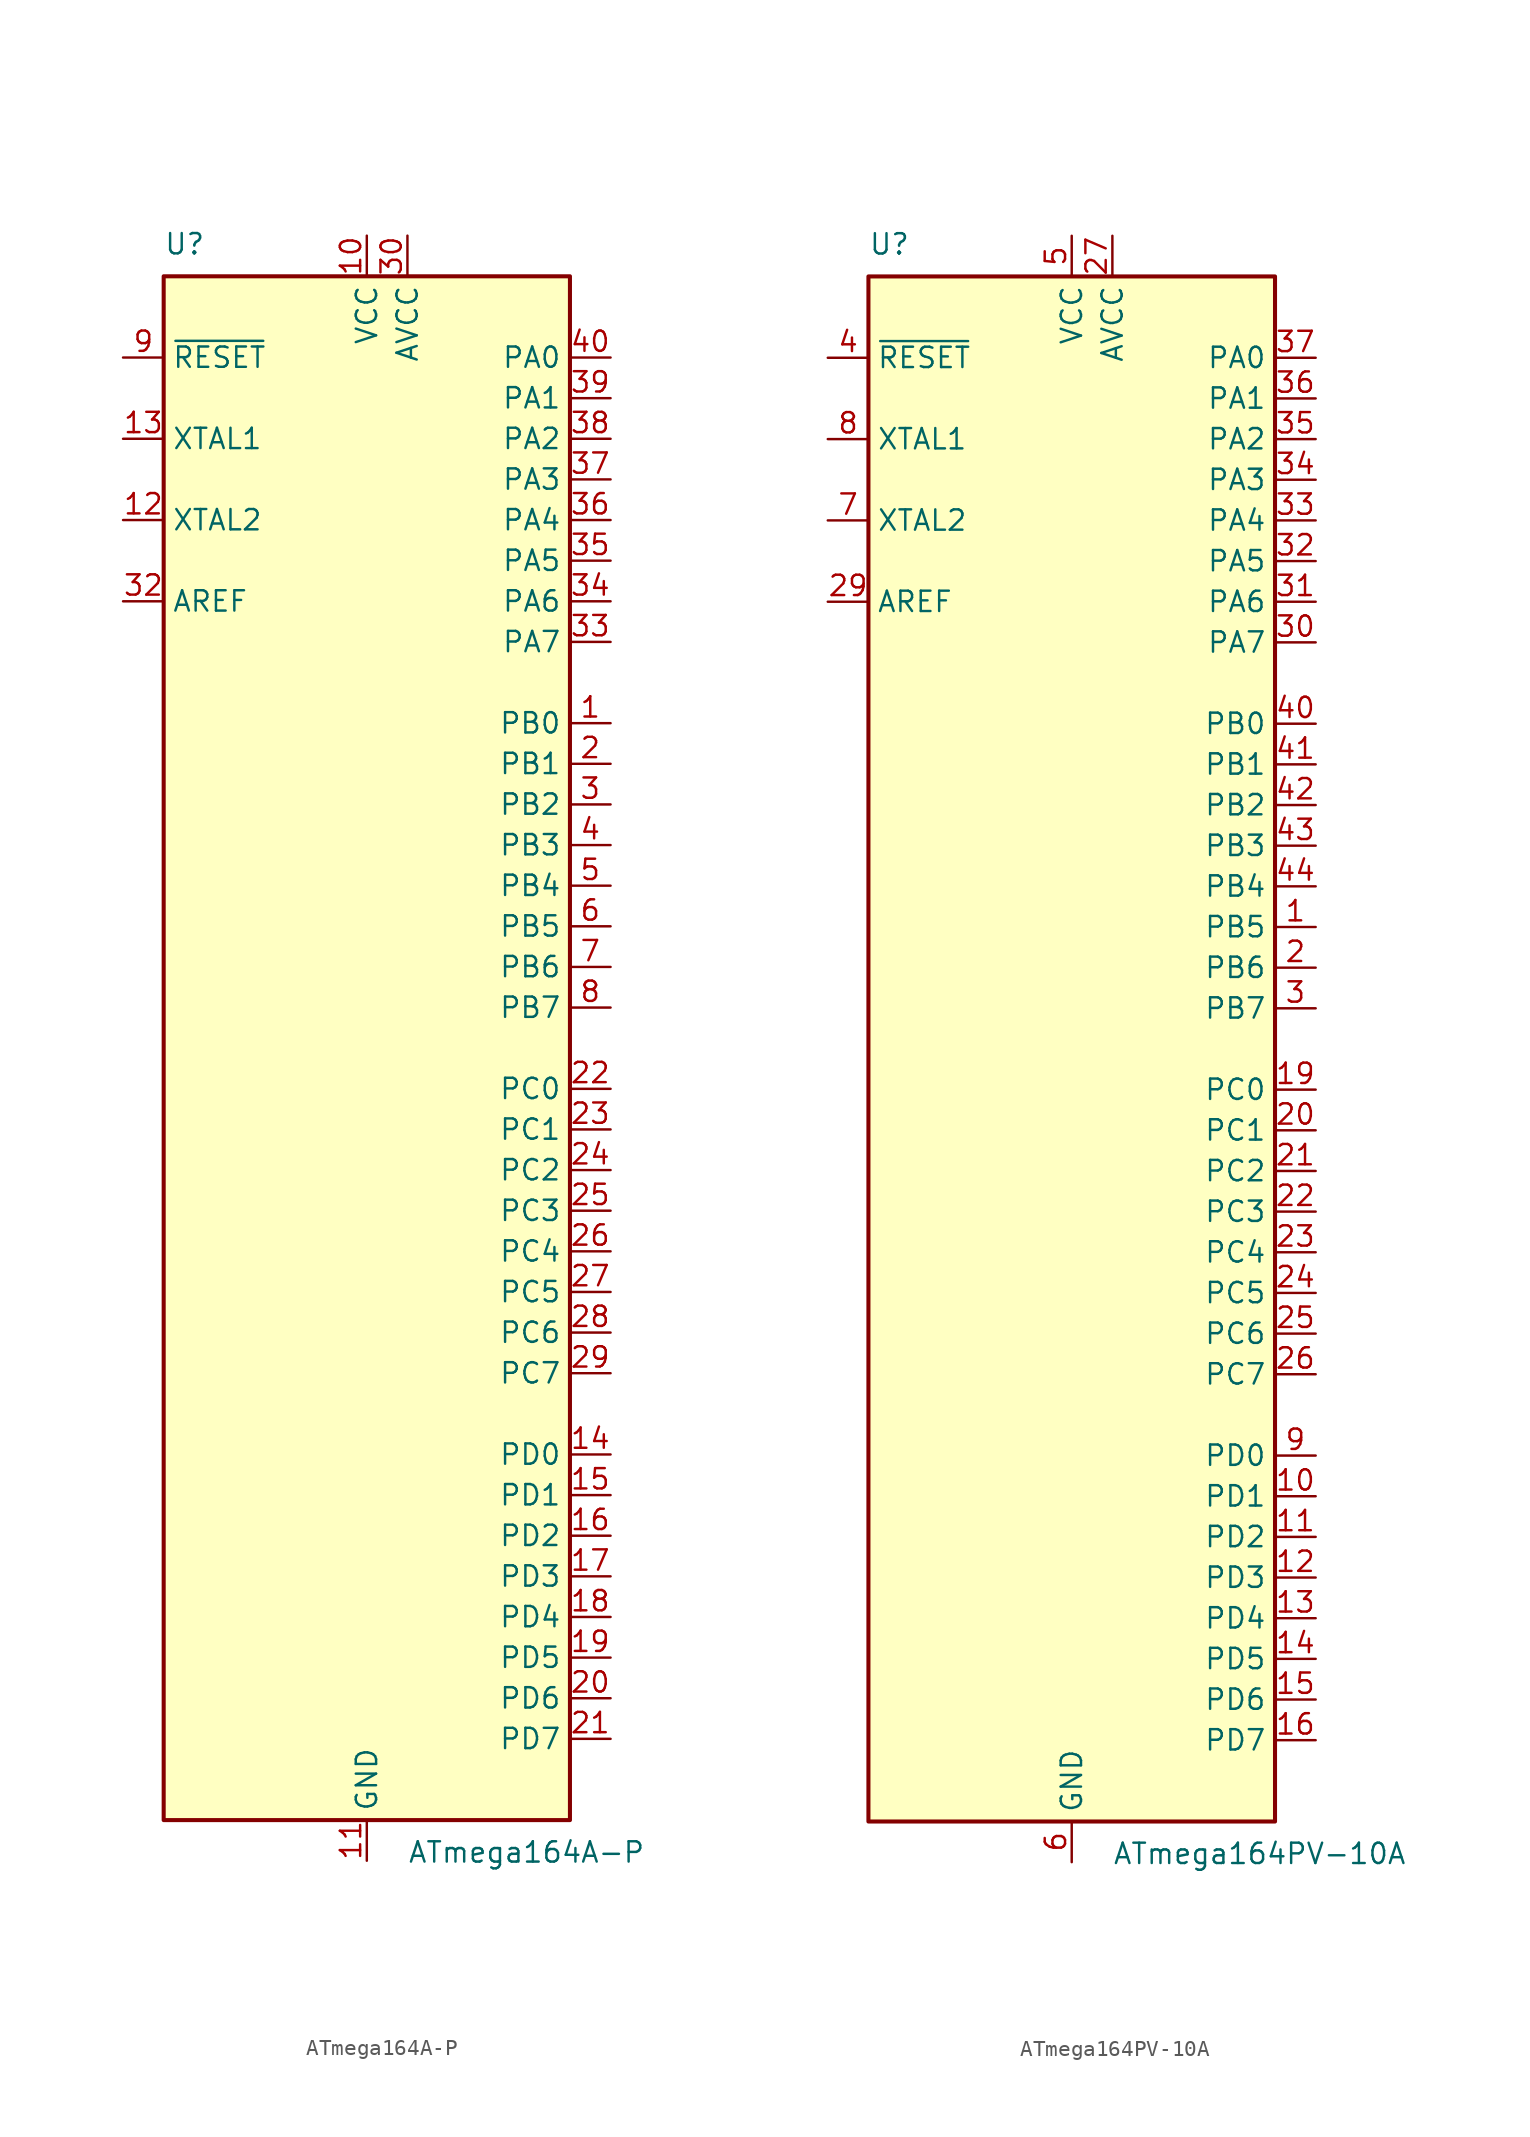
<source format=kicad_sym>
(kicad_symbol_lib
  (version 20241209)
  (generator "kicad_symbol_editor")
  (generator_version "9.0")
  (symbol "ATmega164A-P"
    (property "Reference" "U"
      (at -12.7 49.53 0)
      (effects (font (size 1.27 1.27)) (justify left bottom)))
    (property "Value" "ATmega164A-P"
      (at 2.54 -49.53 0)
      (effects (font (size 1.27 1.27)) (justify left top)))
    (symbol "ATmega164A-P_0_1"
      (rectangle (start -12.7 -48.26) (end 12.7 48.26) (stroke (width 0.254) (type default)) (fill (type background))))
    (symbol "ATmega164A-P_1_1"
      (pin input line (at -15.24 43.18 0) (length 2.54) (name "~{RESET}" (effects (font (size 1.27 1.27)))) (number "9" (effects (font (size 1.27 1.27)))))
      (pin input line (at -15.24 38.1 0) (length 2.54) (name "XTAL1" (effects (font (size 1.27 1.27)))) (number "13" (effects (font (size 1.27 1.27)))))
      (pin output line (at -15.24 33.02 0) (length 2.54) (name "XTAL2" (effects (font (size 1.27 1.27)))) (number "12" (effects (font (size 1.27 1.27)))))
      (pin passive line (at -15.24 27.94 0) (length 2.54) (name "AREF" (effects (font (size 1.27 1.27)))) (number "32" (effects (font (size 1.27 1.27)))))
      (pin power_in line (at 0 50.8 270) (length 2.54) (name "VCC" (effects (font (size 1.27 1.27)))) (number "10" (effects (font (size 1.27 1.27)))))
      (pin power_in line (at 0 -50.8 90) (length 2.54) (name "GND" (effects (font (size 1.27 1.27)))) (number "11" (effects (font (size 1.27 1.27)))))
      (pin passive line (at 0 -50.8 90) (length 2.54) (hide yes) (name "GND" (effects (font (size 1.27 1.27)))) (number "31" (effects (font (size 1.27 1.27)))))
      (pin power_in line (at 2.54 50.8 270) (length 2.54) (name "AVCC" (effects (font (size 1.27 1.27)))) (number "30" (effects (font (size 1.27 1.27)))))
      (pin bidirectional line (at 15.24 43.18 180) (length 2.54) (name "PA0" (effects (font (size 1.27 1.27)))) (number "40" (effects (font (size 1.27 1.27)))))
      (pin bidirectional line (at 15.24 40.64 180) (length 2.54) (name "PA1" (effects (font (size 1.27 1.27)))) (number "39" (effects (font (size 1.27 1.27)))))
      (pin bidirectional line (at 15.24 38.1 180) (length 2.54) (name "PA2" (effects (font (size 1.27 1.27)))) (number "38" (effects (font (size 1.27 1.27)))))
      (pin bidirectional line (at 15.24 35.56 180) (length 2.54) (name "PA3" (effects (font (size 1.27 1.27)))) (number "37" (effects (font (size 1.27 1.27)))))
      (pin bidirectional line (at 15.24 33.02 180) (length 2.54) (name "PA4" (effects (font (size 1.27 1.27)))) (number "36" (effects (font (size 1.27 1.27)))))
      (pin bidirectional line (at 15.24 30.48 180) (length 2.54) (name "PA5" (effects (font (size 1.27 1.27)))) (number "35" (effects (font (size 1.27 1.27)))))
      (pin bidirectional line (at 15.24 27.94 180) (length 2.54) (name "PA6" (effects (font (size 1.27 1.27)))) (number "34" (effects (font (size 1.27 1.27)))))
      (pin bidirectional line (at 15.24 25.4 180) (length 2.54) (name "PA7" (effects (font (size 1.27 1.27)))) (number "33" (effects (font (size 1.27 1.27)))))
      (pin bidirectional line (at 15.24 20.32 180) (length 2.54) (name "PB0" (effects (font (size 1.27 1.27)))) (number "1" (effects (font (size 1.27 1.27)))))
      (pin bidirectional line (at 15.24 17.78 180) (length 2.54) (name "PB1" (effects (font (size 1.27 1.27)))) (number "2" (effects (font (size 1.27 1.27)))))
      (pin bidirectional line (at 15.24 15.24 180) (length 2.54) (name "PB2" (effects (font (size 1.27 1.27)))) (number "3" (effects (font (size 1.27 1.27)))))
      (pin bidirectional line (at 15.24 12.7 180) (length 2.54) (name "PB3" (effects (font (size 1.27 1.27)))) (number "4" (effects (font (size 1.27 1.27)))))
      (pin bidirectional line (at 15.24 10.16 180) (length 2.54) (name "PB4" (effects (font (size 1.27 1.27)))) (number "5" (effects (font (size 1.27 1.27)))))
      (pin bidirectional line (at 15.24 7.62 180) (length 2.54) (name "PB5" (effects (font (size 1.27 1.27)))) (number "6" (effects (font (size 1.27 1.27)))))
      (pin bidirectional line (at 15.24 5.08 180) (length 2.54) (name "PB6" (effects (font (size 1.27 1.27)))) (number "7" (effects (font (size 1.27 1.27)))))
      (pin bidirectional line (at 15.24 2.54 180) (length 2.54) (name "PB7" (effects (font (size 1.27 1.27)))) (number "8" (effects (font (size 1.27 1.27)))))
      (pin bidirectional line (at 15.24 -2.54 180) (length 2.54) (name "PC0" (effects (font (size 1.27 1.27)))) (number "22" (effects (font (size 1.27 1.27)))))
      (pin bidirectional line (at 15.24 -5.08 180) (length 2.54) (name "PC1" (effects (font (size 1.27 1.27)))) (number "23" (effects (font (size 1.27 1.27)))))
      (pin bidirectional line (at 15.24 -7.62 180) (length 2.54) (name "PC2" (effects (font (size 1.27 1.27)))) (number "24" (effects (font (size 1.27 1.27)))))
      (pin bidirectional line (at 15.24 -10.16 180) (length 2.54) (name "PC3" (effects (font (size 1.27 1.27)))) (number "25" (effects (font (size 1.27 1.27)))))
      (pin bidirectional line (at 15.24 -12.7 180) (length 2.54) (name "PC4" (effects (font (size 1.27 1.27)))) (number "26" (effects (font (size 1.27 1.27)))))
      (pin bidirectional line (at 15.24 -15.24 180) (length 2.54) (name "PC5" (effects (font (size 1.27 1.27)))) (number "27" (effects (font (size 1.27 1.27)))))
      (pin bidirectional line (at 15.24 -17.78 180) (length 2.54) (name "PC6" (effects (font (size 1.27 1.27)))) (number "28" (effects (font (size 1.27 1.27)))))
      (pin bidirectional line (at 15.24 -20.32 180) (length 2.54) (name "PC7" (effects (font (size 1.27 1.27)))) (number "29" (effects (font (size 1.27 1.27)))))
      (pin bidirectional line (at 15.24 -25.4 180) (length 2.54) (name "PD0" (effects (font (size 1.27 1.27)))) (number "14" (effects (font (size 1.27 1.27)))))
      (pin bidirectional line (at 15.24 -27.94 180) (length 2.54) (name "PD1" (effects (font (size 1.27 1.27)))) (number "15" (effects (font (size 1.27 1.27)))))
      (pin bidirectional line (at 15.24 -30.48 180) (length 2.54) (name "PD2" (effects (font (size 1.27 1.27)))) (number "16" (effects (font (size 1.27 1.27)))))
      (pin bidirectional line (at 15.24 -33.02 180) (length 2.54) (name "PD3" (effects (font (size 1.27 1.27)))) (number "17" (effects (font (size 1.27 1.27)))))
      (pin bidirectional line (at 15.24 -35.56 180) (length 2.54) (name "PD4" (effects (font (size 1.27 1.27)))) (number "18" (effects (font (size 1.27 1.27)))))
      (pin bidirectional line (at 15.24 -38.1 180) (length 2.54) (name "PD5" (effects (font (size 1.27 1.27)))) (number "19" (effects (font (size 1.27 1.27)))))
      (pin bidirectional line (at 15.24 -40.64 180) (length 2.54) (name "PD6" (effects (font (size 1.27 1.27)))) (number "20" (effects (font (size 1.27 1.27)))))
      (pin bidirectional line (at 15.24 -43.18 180) (length 2.54) (name "PD7" (effects (font (size 1.27 1.27)))) (number "21" (effects (font (size 1.27 1.27)))))))
  (symbol "ATmega164PV-10A"
    (property "Reference" "U"
      (at -12.7 49.53 0)
      (effects (font (size 1.27 1.27)) (justify left bottom)))
    (property "Value" "ATmega164PV-10A"
      (at 2.54 -49.53 0)
      (effects (font (size 1.27 1.27)) (justify left top)))
    (symbol "ATmega164PV-10A_0_1"
      (rectangle (start -12.7 -48.26) (end 12.7 48.26) (stroke (width 0.254) (type default)) (fill (type background))))
    (symbol "ATmega164PV-10A_1_1"
      (pin input line (at -15.24 43.18 0) (length 2.54) (name "~{RESET}" (effects (font (size 1.27 1.27)))) (number "4" (effects (font (size 1.27 1.27)))))
      (pin input line (at -15.24 38.1 0) (length 2.54) (name "XTAL1" (effects (font (size 1.27 1.27)))) (number "8" (effects (font (size 1.27 1.27)))))
      (pin output line (at -15.24 33.02 0) (length 2.54) (name "XTAL2" (effects (font (size 1.27 1.27)))) (number "7" (effects (font (size 1.27 1.27)))))
      (pin passive line (at -15.24 27.94 0) (length 2.54) (name "AREF" (effects (font (size 1.27 1.27)))) (number "29" (effects (font (size 1.27 1.27)))))
      (pin passive line (at 0 50.8 270) (length 2.54) (hide yes) (name "VCC" (effects (font (size 1.27 1.27)))) (number "17" (effects (font (size 1.27 1.27)))))
      (pin passive line (at 0 50.8 270) (length 2.54) (hide yes) (name "VCC" (effects (font (size 1.27 1.27)))) (number "38" (effects (font (size 1.27 1.27)))))
      (pin power_in line (at 0 50.8 270) (length 2.54) (name "VCC" (effects (font (size 1.27 1.27)))) (number "5" (effects (font (size 1.27 1.27)))))
      (pin passive line (at 0 -50.8 90) (length 2.54) (hide yes) (name "GND" (effects (font (size 1.27 1.27)))) (number "18" (effects (font (size 1.27 1.27)))))
      (pin passive line (at 0 -50.8 90) (length 2.54) (hide yes) (name "GND" (effects (font (size 1.27 1.27)))) (number "28" (effects (font (size 1.27 1.27)))))
      (pin passive line (at 0 -50.8 90) (length 2.54) (hide yes) (name "GND" (effects (font (size 1.27 1.27)))) (number "39" (effects (font (size 1.27 1.27)))))
      (pin power_in line (at 0 -50.8 90) (length 2.54) (name "GND" (effects (font (size 1.27 1.27)))) (number "6" (effects (font (size 1.27 1.27)))))
      (pin power_in line (at 2.54 50.8 270) (length 2.54) (name "AVCC" (effects (font (size 1.27 1.27)))) (number "27" (effects (font (size 1.27 1.27)))))
      (pin bidirectional line (at 15.24 43.18 180) (length 2.54) (name "PA0" (effects (font (size 1.27 1.27)))) (number "37" (effects (font (size 1.27 1.27)))))
      (pin bidirectional line (at 15.24 40.64 180) (length 2.54) (name "PA1" (effects (font (size 1.27 1.27)))) (number "36" (effects (font (size 1.27 1.27)))))
      (pin bidirectional line (at 15.24 38.1 180) (length 2.54) (name "PA2" (effects (font (size 1.27 1.27)))) (number "35" (effects (font (size 1.27 1.27)))))
      (pin bidirectional line (at 15.24 35.56 180) (length 2.54) (name "PA3" (effects (font (size 1.27 1.27)))) (number "34" (effects (font (size 1.27 1.27)))))
      (pin bidirectional line (at 15.24 33.02 180) (length 2.54) (name "PA4" (effects (font (size 1.27 1.27)))) (number "33" (effects (font (size 1.27 1.27)))))
      (pin bidirectional line (at 15.24 30.48 180) (length 2.54) (name "PA5" (effects (font (size 1.27 1.27)))) (number "32" (effects (font (size 1.27 1.27)))))
      (pin bidirectional line (at 15.24 27.94 180) (length 2.54) (name "PA6" (effects (font (size 1.27 1.27)))) (number "31" (effects (font (size 1.27 1.27)))))
      (pin bidirectional line (at 15.24 25.4 180) (length 2.54) (name "PA7" (effects (font (size 1.27 1.27)))) (number "30" (effects (font (size 1.27 1.27)))))
      (pin bidirectional line (at 15.24 20.32 180) (length 2.54) (name "PB0" (effects (font (size 1.27 1.27)))) (number "40" (effects (font (size 1.27 1.27)))))
      (pin bidirectional line (at 15.24 17.78 180) (length 2.54) (name "PB1" (effects (font (size 1.27 1.27)))) (number "41" (effects (font (size 1.27 1.27)))))
      (pin bidirectional line (at 15.24 15.24 180) (length 2.54) (name "PB2" (effects (font (size 1.27 1.27)))) (number "42" (effects (font (size 1.27 1.27)))))
      (pin bidirectional line (at 15.24 12.7 180) (length 2.54) (name "PB3" (effects (font (size 1.27 1.27)))) (number "43" (effects (font (size 1.27 1.27)))))
      (pin bidirectional line (at 15.24 10.16 180) (length 2.54) (name "PB4" (effects (font (size 1.27 1.27)))) (number "44" (effects (font (size 1.27 1.27)))))
      (pin bidirectional line (at 15.24 7.62 180) (length 2.54) (name "PB5" (effects (font (size 1.27 1.27)))) (number "1" (effects (font (size 1.27 1.27)))))
      (pin bidirectional line (at 15.24 5.08 180) (length 2.54) (name "PB6" (effects (font (size 1.27 1.27)))) (number "2" (effects (font (size 1.27 1.27)))))
      (pin bidirectional line (at 15.24 2.54 180) (length 2.54) (name "PB7" (effects (font (size 1.27 1.27)))) (number "3" (effects (font (size 1.27 1.27)))))
      (pin bidirectional line (at 15.24 -2.54 180) (length 2.54) (name "PC0" (effects (font (size 1.27 1.27)))) (number "19" (effects (font (size 1.27 1.27)))))
      (pin bidirectional line (at 15.24 -5.08 180) (length 2.54) (name "PC1" (effects (font (size 1.27 1.27)))) (number "20" (effects (font (size 1.27 1.27)))))
      (pin bidirectional line (at 15.24 -7.62 180) (length 2.54) (name "PC2" (effects (font (size 1.27 1.27)))) (number "21" (effects (font (size 1.27 1.27)))))
      (pin bidirectional line (at 15.24 -10.16 180) (length 2.54) (name "PC3" (effects (font (size 1.27 1.27)))) (number "22" (effects (font (size 1.27 1.27)))))
      (pin bidirectional line (at 15.24 -12.7 180) (length 2.54) (name "PC4" (effects (font (size 1.27 1.27)))) (number "23" (effects (font (size 1.27 1.27)))))
      (pin bidirectional line (at 15.24 -15.24 180) (length 2.54) (name "PC5" (effects (font (size 1.27 1.27)))) (number "24" (effects (font (size 1.27 1.27)))))
      (pin bidirectional line (at 15.24 -17.78 180) (length 2.54) (name "PC6" (effects (font (size 1.27 1.27)))) (number "25" (effects (font (size 1.27 1.27)))))
      (pin bidirectional line (at 15.24 -20.32 180) (length 2.54) (name "PC7" (effects (font (size 1.27 1.27)))) (number "26" (effects (font (size 1.27 1.27)))))
      (pin bidirectional line (at 15.24 -25.4 180) (length 2.54) (name "PD0" (effects (font (size 1.27 1.27)))) (number "9" (effects (font (size 1.27 1.27)))))
      (pin bidirectional line (at 15.24 -27.94 180) (length 2.54) (name "PD1" (effects (font (size 1.27 1.27)))) (number "10" (effects (font (size 1.27 1.27)))))
      (pin bidirectional line (at 15.24 -30.48 180) (length 2.54) (name "PD2" (effects (font (size 1.27 1.27)))) (number "11" (effects (font (size 1.27 1.27)))))
      (pin bidirectional line (at 15.24 -33.02 180) (length 2.54) (name "PD3" (effects (font (size 1.27 1.27)))) (number "12" (effects (font (size 1.27 1.27)))))
      (pin bidirectional line (at 15.24 -35.56 180) (length 2.54) (name "PD4" (effects (font (size 1.27 1.27)))) (number "13" (effects (font (size 1.27 1.27)))))
      (pin bidirectional line (at 15.24 -38.1 180) (length 2.54) (name "PD5" (effects (font (size 1.27 1.27)))) (number "14" (effects (font (size 1.27 1.27)))))
      (pin bidirectional line (at 15.24 -40.64 180) (length 2.54) (name "PD6" (effects (font (size 1.27 1.27)))) (number "15" (effects (font (size 1.27 1.27)))))
      (pin bidirectional line (at 15.24 -43.18 180) (length 2.54) (name "PD7" (effects (font (size 1.27 1.27)))) (number "16" (effects (font (size 1.27 1.27))))))))
</source>
